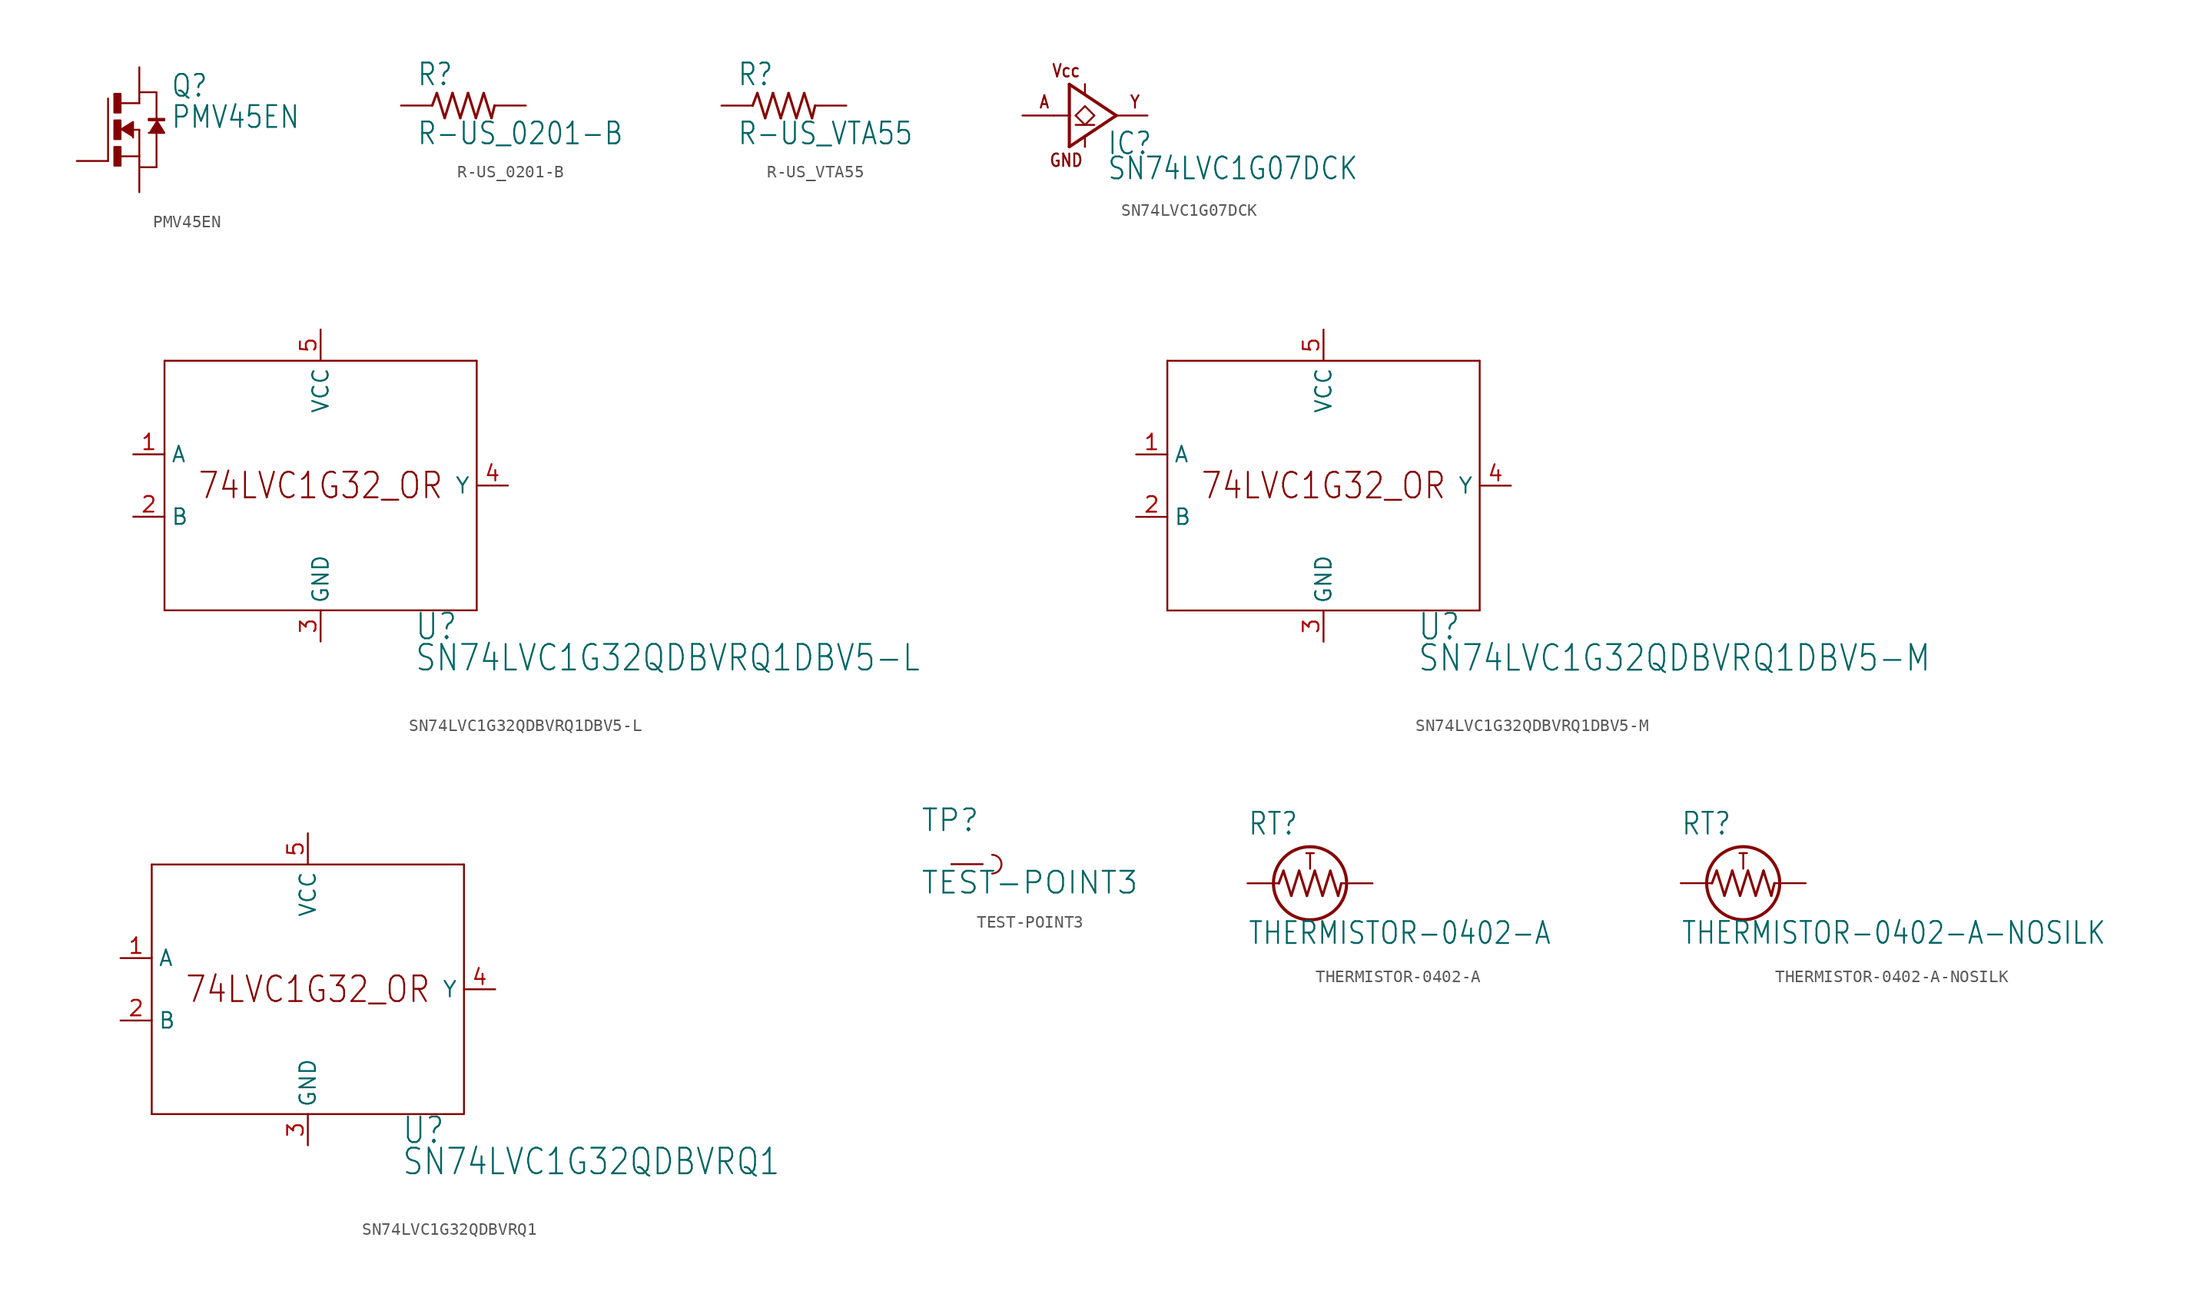
<source format=kicad_sym>
(kicad_symbol_lib
  (version 20211014)
  (generator kicad_symbol_editor)
  (symbol "PMV45EN"
    (property "Reference" "Q"
      (at 2.54 2.54 0)
      (effects (font (size 1.778 1.511)) (justify left bottom)))
    (property "Value" "PMV45EN"
      (at 2.54 0 0)
      (effects (font (size 1.778 1.511)) (justify left bottom)))
    (property "ki_locked" ""
      (at 0 0 0)
      (effects (font (size 1.27 1.27))))
    (symbol "PMV45EN_1_0"
      (rectangle (start -2.032 -2.921) (end -1.524 -1.397) (stroke (width 0) (type default) (color 0 0 0 0)) (fill (type outline)))
      (rectangle (start -2.032 -0.762) (end -1.524 0.762) (stroke (width 0) (type default) (color 0 0 0 0)) (fill (type outline)))
      (rectangle (start -2.032 1.397) (end -1.524 2.921) (stroke (width 0) (type default) (color 0 0 0 0)) (fill (type outline)))
      (polyline (pts (xy -2.54 -2.54) (xy -2.54 2.54)) (stroke (width 0.152) (type default) (color 0 0 0 0)) (fill (type none)))
      (polyline (pts (xy -1.524 -2.159) (xy 0 -2.159)) (stroke (width 0.152) (type default) (color 0 0 0 0)) (fill (type none)))
      (polyline (pts (xy -1.524 2.159) (xy 0 2.159)) (stroke (width 0.152) (type default) (color 0 0 0 0)) (fill (type none)))
      (polyline (pts (xy -0.508 0) (xy 0 0)) (stroke (width 0.152) (type default) (color 0 0 0 0)) (fill (type none)))
      (polyline (pts (xy 0 -2.159) (xy 0 -2.54)) (stroke (width 0.152) (type default) (color 0 0 0 0)) (fill (type none)))
      (polyline (pts (xy 0 0) (xy 0 -2.159)) (stroke (width 0.152) (type default) (color 0 0 0 0)) (fill (type none)))
      (polyline (pts (xy 0 2.159) (xy 0 2.54)) (stroke (width 0.152) (type default) (color 0 0 0 0)) (fill (type none)))
      (polyline (pts (xy 0 3.048) (xy 1.397 3.048)) (stroke (width 0.152) (type default) (color 0 0 0 0)) (fill (type none)))
      (polyline (pts (xy 1.397 -3.048) (xy 0 -3.048)) (stroke (width 0.152) (type default) (color 0 0 0 0)) (fill (type none)))
      (polyline (pts (xy 1.397 -0.254) (xy 1.397 -3.048)) (stroke (width 0.152) (type default) (color 0 0 0 0)) (fill (type none)))
      (polyline (pts (xy 1.397 3.048) (xy 1.397 0.762)) (stroke (width 0.152) (type default) (color 0 0 0 0)) (fill (type none)))
      (polyline (pts (xy -1.524 0) (xy -0.508 0.635) (xy -0.508 -0.635)) (stroke (width 0) (type default) (color 0 0 0 0)) (fill (type outline)))
      (polyline (pts (xy 1.397 0.762) (xy 2.032 -0.254) (xy 0.762 -0.254)) (stroke (width 0) (type default) (color 0 0 0 0)) (fill (type outline)))
      (rectangle (start 0.762 0.762) (end 2.032 0.889) (stroke (width 0) (type default) (color 0 0 0 0)) (fill (type outline)))
      (pin passive line (at -5.08 -2.54 0) (length 2.54) (name "G" (effects (font (size 0 0)))) (number "1" (effects (font (size 0 0)))))
      (pin passive line (at 0 -5.08 90) (length 2.54) (name "S" (effects (font (size 0 0)))) (number "2" (effects (font (size 0 0)))))
      (pin passive line (at 0 5.08 270) (length 2.54) (name "D" (effects (font (size 0 0)))) (number "3" (effects (font (size 0 0)))))))
  (symbol "R-US_0201-B"
    (property "Reference" "R"
      (at -3.81 1.499 0)
      (effects (font (size 1.778 1.511)) (justify left bottom)))
    (property "Value" "R-US_0201-B"
      (at -3.81 -3.302 0)
      (effects (font (size 1.778 1.511)) (justify left bottom)))
    (property "ki_locked" ""
      (at 0 0 0)
      (effects (font (size 1.27 1.27))))
    (symbol "R-US_0201-B_1_0"
      (polyline (pts (xy -2.54 0) (xy -2.159 1.016)) (stroke (width 0.203) (type default) (color 0 0 0 0)) (fill (type none)))
      (polyline (pts (xy -2.159 1.016) (xy -1.524 -1.016)) (stroke (width 0.203) (type default) (color 0 0 0 0)) (fill (type none)))
      (polyline (pts (xy -1.524 -1.016) (xy -0.889 1.016)) (stroke (width 0.203) (type default) (color 0 0 0 0)) (fill (type none)))
      (polyline (pts (xy -0.889 1.016) (xy -0.254 -1.016)) (stroke (width 0.203) (type default) (color 0 0 0 0)) (fill (type none)))
      (polyline (pts (xy -0.254 -1.016) (xy 0.381 1.016)) (stroke (width 0.203) (type default) (color 0 0 0 0)) (fill (type none)))
      (polyline (pts (xy 0.381 1.016) (xy 1.016 -1.016)) (stroke (width 0.203) (type default) (color 0 0 0 0)) (fill (type none)))
      (polyline (pts (xy 1.016 -1.016) (xy 1.651 1.016)) (stroke (width 0.203) (type default) (color 0 0 0 0)) (fill (type none)))
      (polyline (pts (xy 1.651 1.016) (xy 2.286 -1.016)) (stroke (width 0.203) (type default) (color 0 0 0 0)) (fill (type none)))
      (polyline (pts (xy 2.286 -1.016) (xy 2.54 0)) (stroke (width 0.203) (type default) (color 0 0 0 0)) (fill (type none)))
      (pin passive line (at -5.08 0 0) (length 2.54) (name "1" (effects (font (size 0 0)))) (number "1" (effects (font (size 0 0)))))
      (pin passive line (at 5.08 0 180) (length 2.54) (name "2" (effects (font (size 0 0)))) (number "2" (effects (font (size 0 0)))))))
  (symbol "R-US_VTA55"
    (property "Reference" "R"
      (at -3.81 1.499 0)
      (effects (font (size 1.778 1.511)) (justify left bottom)))
    (property "Value" "R-US_VTA55"
      (at -3.81 -3.302 0)
      (effects (font (size 1.778 1.511)) (justify left bottom)))
    (property "ki_locked" ""
      (at 0 0 0)
      (effects (font (size 1.27 1.27))))
    (symbol "R-US_VTA55_1_0"
      (polyline (pts (xy -2.54 0) (xy -2.159 1.016)) (stroke (width 0.203) (type default) (color 0 0 0 0)) (fill (type none)))
      (polyline (pts (xy -2.159 1.016) (xy -1.524 -1.016)) (stroke (width 0.203) (type default) (color 0 0 0 0)) (fill (type none)))
      (polyline (pts (xy -1.524 -1.016) (xy -0.889 1.016)) (stroke (width 0.203) (type default) (color 0 0 0 0)) (fill (type none)))
      (polyline (pts (xy -0.889 1.016) (xy -0.254 -1.016)) (stroke (width 0.203) (type default) (color 0 0 0 0)) (fill (type none)))
      (polyline (pts (xy -0.254 -1.016) (xy 0.381 1.016)) (stroke (width 0.203) (type default) (color 0 0 0 0)) (fill (type none)))
      (polyline (pts (xy 0.381 1.016) (xy 1.016 -1.016)) (stroke (width 0.203) (type default) (color 0 0 0 0)) (fill (type none)))
      (polyline (pts (xy 1.016 -1.016) (xy 1.651 1.016)) (stroke (width 0.203) (type default) (color 0 0 0 0)) (fill (type none)))
      (polyline (pts (xy 1.651 1.016) (xy 2.286 -1.016)) (stroke (width 0.203) (type default) (color 0 0 0 0)) (fill (type none)))
      (polyline (pts (xy 2.286 -1.016) (xy 2.54 0)) (stroke (width 0.203) (type default) (color 0 0 0 0)) (fill (type none)))
      (pin passive line (at -5.08 0 0) (length 2.54) (name "1" (effects (font (size 0 0)))) (number "1" (effects (font (size 0 0)))))
      (pin passive line (at 5.08 0 180) (length 2.54) (name "2" (effects (font (size 0 0)))) (number "2" (effects (font (size 0 0)))))))
  (symbol "SN74LVC1G07DCK"
    (property "Reference" "IC"
      (at 1.778 -3.302 0)
      (effects (font (size 1.778 1.511)) (justify left bottom)))
    (property "Value" "SN74LVC1G07DCK"
      (at 1.778 -5.334 0)
      (effects (font (size 1.778 1.511)) (justify left bottom)))
    (property "ki_locked" ""
      (at 0 0 0)
      (effects (font (size 1.27 1.27))))
    (symbol "SN74LVC1G07DCK_1_0"
      (polyline (pts (xy -2.54 0) (xy -1.27 0)) (stroke (width 0.152) (type default) (color 0 0 0 0)) (fill (type none)))
      (polyline (pts (xy -1.27 -2.54) (xy 2.54 0)) (stroke (width 0.254) (type default) (color 0 0 0 0)) (fill (type none)))
      (polyline (pts (xy -1.27 0) (xy -1.27 -2.54)) (stroke (width 0.254) (type default) (color 0 0 0 0)) (fill (type none)))
      (polyline (pts (xy -1.27 2.54) (xy -1.27 0)) (stroke (width 0.254) (type default) (color 0 0 0 0)) (fill (type none)))
      (polyline (pts (xy -0.762 -0.762) (xy 0.762 -0.762)) (stroke (width 0.152) (type default) (color 0 0 0 0)) (fill (type none)))
      (polyline (pts (xy -0.762 0) (xy 0 0.762)) (stroke (width 0.152) (type default) (color 0 0 0 0)) (fill (type none)))
      (polyline (pts (xy 0 -1.778) (xy 0 -2.54)) (stroke (width 0.152) (type default) (color 0 0 0 0)) (fill (type none)))
      (polyline (pts (xy 0 -0.762) (xy -0.762 0)) (stroke (width 0.152) (type default) (color 0 0 0 0)) (fill (type none)))
      (polyline (pts (xy 0 0.762) (xy 0.762 0)) (stroke (width 0.152) (type default) (color 0 0 0 0)) (fill (type none)))
      (polyline (pts (xy 0 2.54) (xy 0 1.778)) (stroke (width 0.152) (type default) (color 0 0 0 0)) (fill (type none)))
      (polyline (pts (xy 0.762 0) (xy 0 -0.762)) (stroke (width 0.152) (type default) (color 0 0 0 0)) (fill (type none)))
      (polyline (pts (xy 2.54 0) (xy -1.27 2.54)) (stroke (width 0.254) (type default) (color 0 0 0 0)) (fill (type none)))
      (text "A" (at -3.302 0.508 0) (effects (font (size 1.016 0.864)) (justify bottom)))
      (text "GND" (at -1.524 -3.048 0) (effects (font (size 1.016 0.864)) (justify top)))
      (text "Vcc" (at -1.524 3.048 0) (effects (font (size 1.016 0.864)) (justify bottom)))
      (text "Y" (at 4.064 0.508 0) (effects (font (size 1.016 0.864)) (justify bottom)))
      (pin bidirectional line (at -5.08 0 0) (length 2.54) (name "A" (effects (font (size 0 0)))) (number "2" (effects (font (size 0 0)))))
      (pin bidirectional line (at 0 -2.54 0) (length 0) (name "GND" (effects (font (size 0 0)))) (number "3" (effects (font (size 0 0)))))
      (pin bidirectional line (at 5.08 0 180) (length 2.54) (name "Y" (effects (font (size 0 0)))) (number "4" (effects (font (size 0 0)))))
      (pin bidirectional line (at 0 2.54 0) (length 0) (name "VCC" (effects (font (size 0 0)))) (number "5" (effects (font (size 0 0)))))))
  (symbol "SN74LVC1G32QDBVRQ1DBV5-L"
    (property "Reference" "U"
      (at 7.62 -12.7 0)
      (effects (font (size 2.083 1.77)) (justify left bottom)))
    (property "Value" "SN74LVC1G32QDBVRQ1DBV5-L"
      (at 7.62 -15.24 0)
      (effects (font (size 2.083 1.77)) (justify left bottom)))
    (property "ki_locked" ""
      (at 0 0 0)
      (effects (font (size 1.27 1.27))))
    (symbol "SN74LVC1G32QDBVRQ1DBV5-L_1_0"
      (polyline (pts (xy -12.7 -10.16) (xy 12.7 -10.16)) (stroke (width 0.152) (type default) (color 0 0 0 0)) (fill (type none)))
      (polyline (pts (xy -12.7 10.16) (xy -12.7 -10.16)) (stroke (width 0.152) (type default) (color 0 0 0 0)) (fill (type none)))
      (polyline (pts (xy 12.7 -10.16) (xy 12.7 10.16)) (stroke (width 0.152) (type default) (color 0 0 0 0)) (fill (type none)))
      (polyline (pts (xy 12.7 10.16) (xy -12.7 10.16)) (stroke (width 0.152) (type default) (color 0 0 0 0)) (fill (type none)))
      (text "74LVC1G32_OR" (at 0 0 0) (effects (font (size 2.083 1.77))))
      (pin input line (at -15.24 2.54 0) (length 2.54) (name "A" (effects (font (size 1.27 1.27)))) (number "1" (effects (font (size 1.27 1.27)))))
      (pin input line (at -15.24 -2.54 0) (length 2.54) (name "B" (effects (font (size 1.27 1.27)))) (number "2" (effects (font (size 1.27 1.27)))))
      (pin power_in line (at 0 -12.7 90) (length 2.54) (name "GND" (effects (font (size 1.27 1.27)))) (number "3" (effects (font (size 1.27 1.27)))))
      (pin output line (at 15.24 0 180) (length 2.54) (name "Y" (effects (font (size 1.27 1.27)))) (number "4" (effects (font (size 1.27 1.27)))))
      (pin power_in line (at 0 12.7 270) (length 2.54) (name "VCC" (effects (font (size 1.27 1.27)))) (number "5" (effects (font (size 1.27 1.27)))))))
  (symbol "SN74LVC1G32QDBVRQ1DBV5-M"
    (property "Reference" "U"
      (at 7.62 -12.7 0)
      (effects (font (size 2.083 1.77)) (justify left bottom)))
    (property "Value" "SN74LVC1G32QDBVRQ1DBV5-M"
      (at 7.62 -15.24 0)
      (effects (font (size 2.083 1.77)) (justify left bottom)))
    (property "ki_locked" ""
      (at 0 0 0)
      (effects (font (size 1.27 1.27))))
    (symbol "SN74LVC1G32QDBVRQ1DBV5-M_1_0"
      (polyline (pts (xy -12.7 -10.16) (xy 12.7 -10.16)) (stroke (width 0.152) (type default) (color 0 0 0 0)) (fill (type none)))
      (polyline (pts (xy -12.7 10.16) (xy -12.7 -10.16)) (stroke (width 0.152) (type default) (color 0 0 0 0)) (fill (type none)))
      (polyline (pts (xy 12.7 -10.16) (xy 12.7 10.16)) (stroke (width 0.152) (type default) (color 0 0 0 0)) (fill (type none)))
      (polyline (pts (xy 12.7 10.16) (xy -12.7 10.16)) (stroke (width 0.152) (type default) (color 0 0 0 0)) (fill (type none)))
      (text "74LVC1G32_OR" (at 0 0 0) (effects (font (size 2.083 1.77))))
      (pin input line (at -15.24 2.54 0) (length 2.54) (name "A" (effects (font (size 1.27 1.27)))) (number "1" (effects (font (size 1.27 1.27)))))
      (pin input line (at -15.24 -2.54 0) (length 2.54) (name "B" (effects (font (size 1.27 1.27)))) (number "2" (effects (font (size 1.27 1.27)))))
      (pin power_in line (at 0 -12.7 90) (length 2.54) (name "GND" (effects (font (size 1.27 1.27)))) (number "3" (effects (font (size 1.27 1.27)))))
      (pin output line (at 15.24 0 180) (length 2.54) (name "Y" (effects (font (size 1.27 1.27)))) (number "4" (effects (font (size 1.27 1.27)))))
      (pin power_in line (at 0 12.7 270) (length 2.54) (name "VCC" (effects (font (size 1.27 1.27)))) (number "5" (effects (font (size 1.27 1.27)))))))
  (symbol "SN74LVC1G32QDBVRQ1"
    (property "Reference" "U"
      (at 7.62 -12.7 0)
      (effects (font (size 2.083 1.77)) (justify left bottom)))
    (property "Value" "SN74LVC1G32QDBVRQ1"
      (at 7.62 -15.24 0)
      (effects (font (size 2.083 1.77)) (justify left bottom)))
    (property "ki_locked" ""
      (at 0 0 0)
      (effects (font (size 1.27 1.27))))
    (symbol "SN74LVC1G32QDBVRQ1_1_0"
      (polyline (pts (xy -12.7 -10.16) (xy 12.7 -10.16)) (stroke (width 0.152) (type default) (color 0 0 0 0)) (fill (type none)))
      (polyline (pts (xy -12.7 10.16) (xy -12.7 -10.16)) (stroke (width 0.152) (type default) (color 0 0 0 0)) (fill (type none)))
      (polyline (pts (xy 12.7 -10.16) (xy 12.7 10.16)) (stroke (width 0.152) (type default) (color 0 0 0 0)) (fill (type none)))
      (polyline (pts (xy 12.7 10.16) (xy -12.7 10.16)) (stroke (width 0.152) (type default) (color 0 0 0 0)) (fill (type none)))
      (text "74LVC1G32_OR" (at 0 0 0) (effects (font (size 2.083 1.77))))
      (pin input line (at -15.24 2.54 0) (length 2.54) (name "A" (effects (font (size 1.27 1.27)))) (number "1" (effects (font (size 1.27 1.27)))))
      (pin input line (at -15.24 -2.54 0) (length 2.54) (name "B" (effects (font (size 1.27 1.27)))) (number "2" (effects (font (size 1.27 1.27)))))
      (pin power_in line (at 0 -12.7 90) (length 2.54) (name "GND" (effects (font (size 1.27 1.27)))) (number "3" (effects (font (size 1.27 1.27)))))
      (pin output line (at 15.24 0 180) (length 2.54) (name "Y" (effects (font (size 1.27 1.27)))) (number "4" (effects (font (size 1.27 1.27)))))
      (pin power_in line (at 0 12.7 270) (length 2.54) (name "VCC" (effects (font (size 1.27 1.27)))) (number "5" (effects (font (size 1.27 1.27)))))))
  (symbol "TEST-POINT3"
    (property "Reference" "TP"
      (at -2.54 2.54 0)
      (effects (font (size 1.778 1.778)) (justify left bottom)))
    (property "Value" "TEST-POINT3"
      (at -2.54 -2.54 0)
      (effects (font (size 1.778 1.778)) (justify left bottom)))
    (property "ki_locked" ""
      (at 0 0 0)
      (effects (font (size 1.27 1.27))))
    (symbol "TEST-POINT3_1_0"
      (polyline (pts (xy 2.54 0) (xy 0 0)) (stroke (width 0.152) (type default) (color 0 0 0 0)) (fill (type none)))
      (arc (start 3.302 -0.762) (mid 4.064 0) (end 3.302 0.762) (stroke (width 0.1524) (type default) (color 0 0 0 0)) (fill (type none)))
      (pin bidirectional line (at 0 0 180) (length 0) (name "1" (effects (font (size 0 0)))) (number "1" (effects (font (size 0 0)))))))
  (symbol "THERMISTOR-0402-A"
    (property "Reference" "RT"
      (at -5.08 3.81 0)
      (effects (font (size 1.778 1.511)) (justify left bottom)))
    (property "Value" "THERMISTOR-0402-A"
      (at -5.08 -5.08 0)
      (effects (font (size 1.778 1.511)) (justify left bottom)))
    (property "ki_locked" ""
      (at 0 0 0)
      (effects (font (size 1.27 1.27))))
    (symbol "THERMISTOR-0402-A_1_0"
      (polyline (pts (xy -2.54 0) (xy -2.159 1.016)) (stroke (width 0.203) (type default) (color 0 0 0 0)) (fill (type none)))
      (polyline (pts (xy -2.159 1.016) (xy -1.524 -1.016)) (stroke (width 0.203) (type default) (color 0 0 0 0)) (fill (type none)))
      (polyline (pts (xy -1.524 -1.016) (xy -0.889 1.016)) (stroke (width 0.203) (type default) (color 0 0 0 0)) (fill (type none)))
      (polyline (pts (xy -0.889 1.016) (xy -0.254 -1.016)) (stroke (width 0.203) (type default) (color 0 0 0 0)) (fill (type none)))
      (polyline (pts (xy -0.254 -1.016) (xy 0.381 1.016)) (stroke (width 0.203) (type default) (color 0 0 0 0)) (fill (type none)))
      (polyline (pts (xy 0.381 1.016) (xy 1.016 -1.016)) (stroke (width 0.203) (type default) (color 0 0 0 0)) (fill (type none)))
      (polyline (pts (xy 1.016 -1.016) (xy 1.651 1.016)) (stroke (width 0.203) (type default) (color 0 0 0 0)) (fill (type none)))
      (polyline (pts (xy 1.651 1.016) (xy 2.286 -1.016)) (stroke (width 0.203) (type default) (color 0 0 0 0)) (fill (type none)))
      (polyline (pts (xy 2.286 -1.016) (xy 2.54 0)) (stroke (width 0.203) (type default) (color 0 0 0 0)) (fill (type none)))
      (circle (center 0 0) (radius 2.973) (stroke (width 0.254) (type default) (color 0 0 0 0)) (fill (type none)))
      (text "T" (at -0.508 1.016 0) (effects (font (size 1.27 1.079)) (justify left bottom)))
      (pin passive line (at -5.08 0 0) (length 2.54) (name "1" (effects (font (size 0 0)))) (number "1" (effects (font (size 0 0)))))
      (pin passive line (at 5.08 0 180) (length 2.54) (name "2" (effects (font (size 0 0)))) (number "2" (effects (font (size 0 0)))))))
  (symbol "THERMISTOR-0402-A-NOSILK"
    (property "Reference" "RT"
      (at -5.08 3.81 0)
      (effects (font (size 1.778 1.511)) (justify left bottom)))
    (property "Value" "THERMISTOR-0402-A-NOSILK"
      (at -5.08 -5.08 0)
      (effects (font (size 1.778 1.511)) (justify left bottom)))
    (property "ki_locked" ""
      (at 0 0 0)
      (effects (font (size 1.27 1.27))))
    (symbol "THERMISTOR-0402-A-NOSILK_1_0"
      (polyline (pts (xy -2.54 0) (xy -2.159 1.016)) (stroke (width 0.203) (type default) (color 0 0 0 0)) (fill (type none)))
      (polyline (pts (xy -2.159 1.016) (xy -1.524 -1.016)) (stroke (width 0.203) (type default) (color 0 0 0 0)) (fill (type none)))
      (polyline (pts (xy -1.524 -1.016) (xy -0.889 1.016)) (stroke (width 0.203) (type default) (color 0 0 0 0)) (fill (type none)))
      (polyline (pts (xy -0.889 1.016) (xy -0.254 -1.016)) (stroke (width 0.203) (type default) (color 0 0 0 0)) (fill (type none)))
      (polyline (pts (xy -0.254 -1.016) (xy 0.381 1.016)) (stroke (width 0.203) (type default) (color 0 0 0 0)) (fill (type none)))
      (polyline (pts (xy 0.381 1.016) (xy 1.016 -1.016)) (stroke (width 0.203) (type default) (color 0 0 0 0)) (fill (type none)))
      (polyline (pts (xy 1.016 -1.016) (xy 1.651 1.016)) (stroke (width 0.203) (type default) (color 0 0 0 0)) (fill (type none)))
      (polyline (pts (xy 1.651 1.016) (xy 2.286 -1.016)) (stroke (width 0.203) (type default) (color 0 0 0 0)) (fill (type none)))
      (polyline (pts (xy 2.286 -1.016) (xy 2.54 0)) (stroke (width 0.203) (type default) (color 0 0 0 0)) (fill (type none)))
      (circle (center 0 0) (radius 2.973) (stroke (width 0.254) (type default) (color 0 0 0 0)) (fill (type none)))
      (text "T" (at -0.508 1.016 0) (effects (font (size 1.27 1.079)) (justify left bottom)))
      (pin passive line (at -5.08 0 0) (length 2.54) (name "1" (effects (font (size 0 0)))) (number "1" (effects (font (size 0 0)))))
      (pin passive line (at 5.08 0 180) (length 2.54) (name "2" (effects (font (size 0 0)))) (number "2" (effects (font (size 0 0))))))))
</source>
